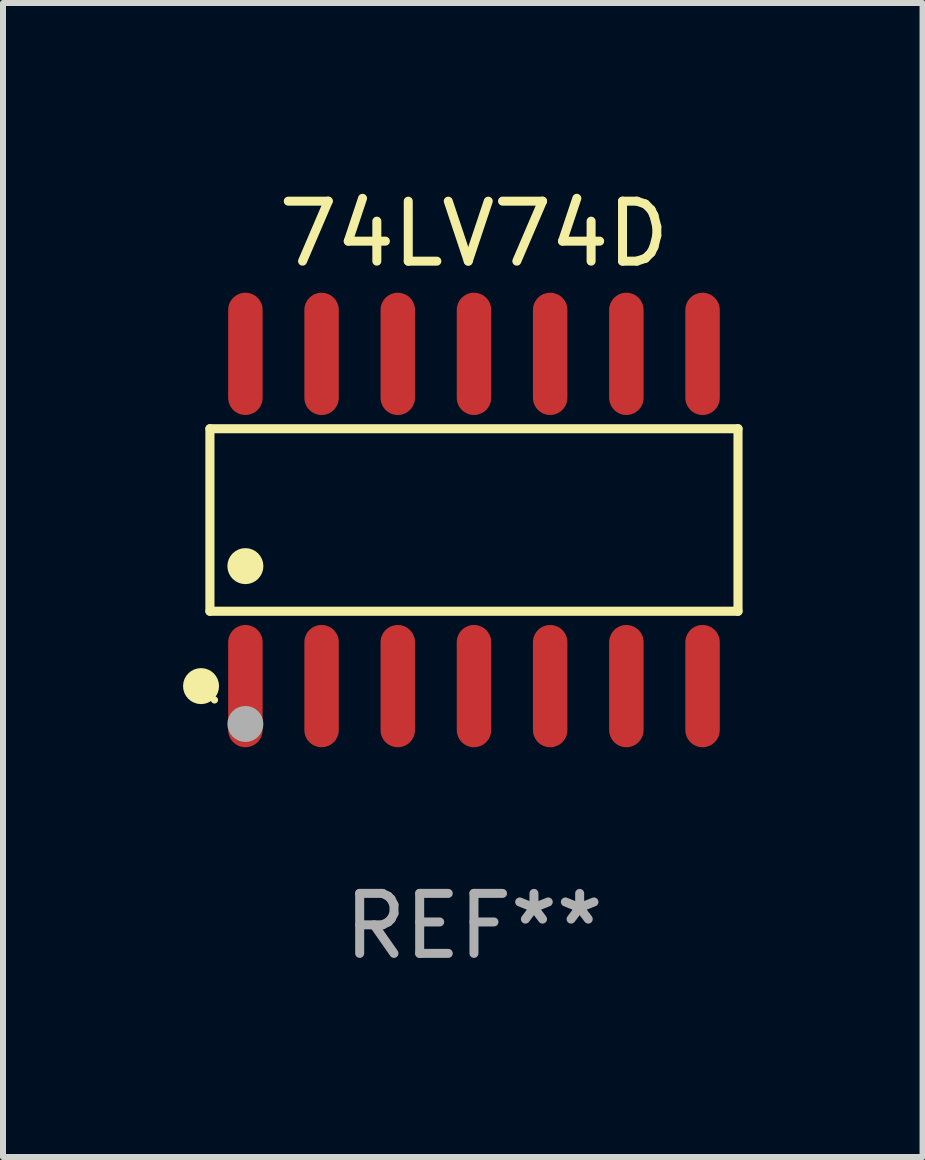
<source format=kicad_pcb>
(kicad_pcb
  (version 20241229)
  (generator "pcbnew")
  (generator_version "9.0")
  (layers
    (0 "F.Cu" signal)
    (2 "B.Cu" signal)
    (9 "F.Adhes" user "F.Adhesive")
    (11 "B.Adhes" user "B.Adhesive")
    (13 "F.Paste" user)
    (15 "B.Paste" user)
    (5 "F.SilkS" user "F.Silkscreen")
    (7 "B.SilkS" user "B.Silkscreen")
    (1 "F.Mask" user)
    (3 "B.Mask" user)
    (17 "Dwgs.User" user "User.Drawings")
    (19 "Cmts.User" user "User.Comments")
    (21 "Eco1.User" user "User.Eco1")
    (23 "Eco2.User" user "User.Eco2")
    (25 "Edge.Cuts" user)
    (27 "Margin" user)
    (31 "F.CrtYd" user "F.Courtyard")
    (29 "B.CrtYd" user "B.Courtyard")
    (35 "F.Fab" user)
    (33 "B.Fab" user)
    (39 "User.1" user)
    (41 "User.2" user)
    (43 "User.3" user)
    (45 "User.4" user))
  (footprint "74LV74D"
    (layer "F.Cu")
    (at 4.85 5.617)
    (property "Reference" "74LV74D" (at 0 -4.769 0) (layer "F.SilkS") (effects (font (size 1 1) (thickness 0.15))))
    (attr through_hole)
    (fp_line (start -4.401 -1.521) (end 4.401 -1.521) (stroke (width 0.152) (type solid)) (layer "F.SilkS"))
    (fp_line (start -4.401 1.521) (end -4.401 -1.521) (stroke (width 0.152) (type solid)) (layer "F.SilkS"))
    (fp_line (start 4.401 -1.521) (end 4.401 1.521) (stroke (width 0.152) (type solid)) (layer "F.SilkS"))
    (fp_line (start 4.401 1.521) (end -4.401 1.521) (stroke (width 0.152) (type solid)) (layer "F.SilkS"))
    (fp_circle (center -4.549 2.769) (end -4.399 2.769) (stroke (width 0.3) (type solid)) (fill no) (layer "F.SilkS"))
    (fp_circle (center -4.325 3) (end -4.295 3) (stroke (width 0.06) (type solid)) (fill no) (layer "F.SilkS"))
    (fp_circle (center -3.81 0.769) (end -3.66 0.769) (stroke (width 0.3) (type solid)) (fill no) (layer "F.SilkS"))
    (fp_circle (center -3.81 3.4) (end -3.66 3.4) (stroke (width 0.3) (type solid)) (fill no) (layer "F.Fab"))
    (fp_text user "REF**" (at 0 6.769 0) (layer "F.Fab") (effects (font (size 1 1) (thickness 0.15))))
    (pad "1" smd oval (at -3.81 2.769) (size 0.574 2.038) (layers "F.Cu" "F.Mask" "F.Paste"))
    (pad "2" smd oval (at -2.54 2.769) (size 0.574 2.038) (layers "F.Cu" "F.Mask" "F.Paste"))
    (pad "3" smd oval (at -1.27 2.769) (size 0.574 2.038) (layers "F.Cu" "F.Mask" "F.Paste"))
    (pad "4" smd oval (at 0 2.769) (size 0.574 2.038) (layers "F.Cu" "F.Mask" "F.Paste"))
    (pad "5" smd oval (at 1.27 2.769) (size 0.574 2.038) (layers "F.Cu" "F.Mask" "F.Paste"))
    (pad "6" smd oval (at 2.54 2.769) (size 0.574 2.038) (layers "F.Cu" "F.Mask" "F.Paste"))
    (pad "7" smd oval (at 3.81 2.769) (size 0.574 2.038) (layers "F.Cu" "F.Mask" "F.Paste"))
    (pad "8" smd oval (at 3.81 -2.769) (size 0.574 2.038) (layers "F.Cu" "F.Mask" "F.Paste"))
    (pad "9" smd oval (at 2.54 -2.769) (size 0.574 2.038) (layers "F.Cu" "F.Mask" "F.Paste"))
    (pad "10" smd oval (at 1.27 -2.769) (size 0.574 2.038) (layers "F.Cu" "F.Mask" "F.Paste"))
    (pad "11" smd oval (at 0 -2.769) (size 0.574 2.038) (layers "F.Cu" "F.Mask" "F.Paste"))
    (pad "12" smd oval (at -1.27 -2.769) (size 0.574 2.038) (layers "F.Cu" "F.Mask" "F.Paste"))
    (pad "13" smd oval (at -2.54 -2.769) (size 0.574 2.038) (layers "F.Cu" "F.Mask" "F.Paste"))
    (pad "14" smd oval (at -3.81 -2.769) (size 0.574 2.038) (layers "F.Cu" "F.Mask" "F.Paste")))
  (gr_rect
    (start -3 -3)
    (end 12.327 16.235)
    (stroke (width 0.1) (type default))
    (fill no)
    (layer "Edge.Cuts")))
</source>
